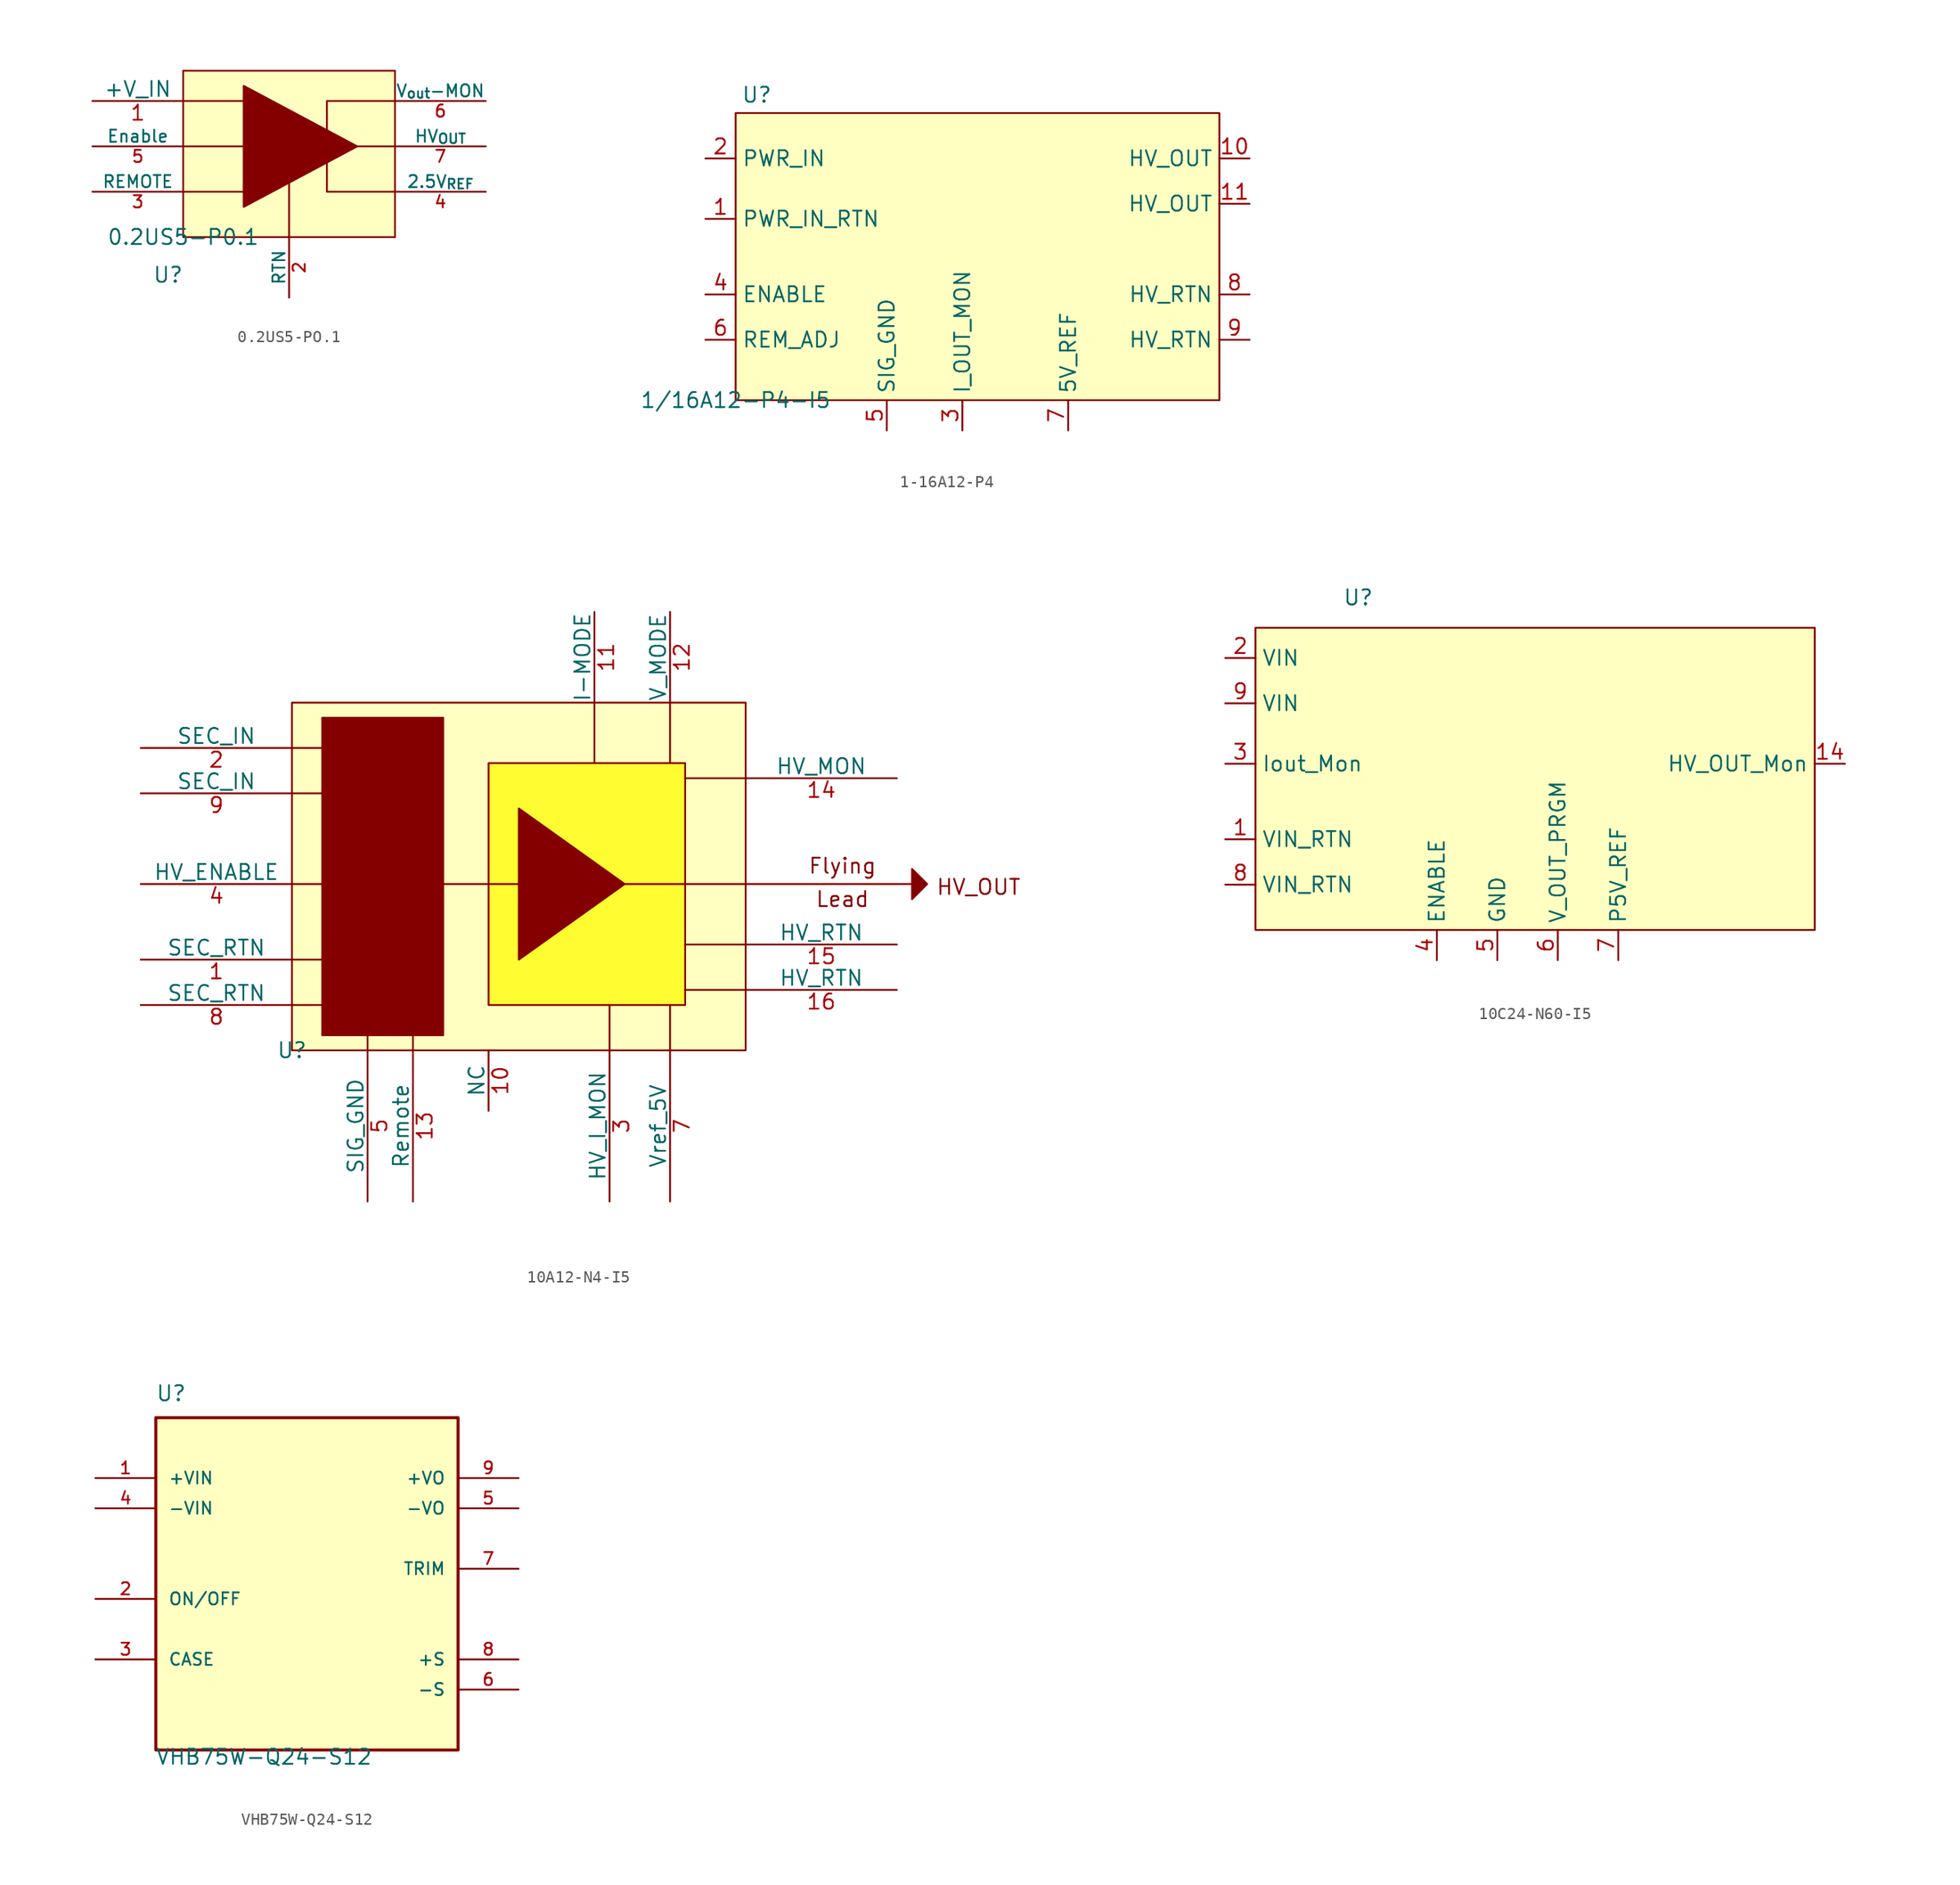
<source format=kicad_sym>
(kicad_symbol_lib
  (version 20231120)
  (generator "kicad_symbol_editor")
  (generator_version "8.0")
  (symbol "0.2US5-PO.1"
    (pin_names
      (offset 0))
    (property "Reference" "U"
      (at -1.27 -3.175 0)
      (effects (font (size 1.27 1.27))))
    (property "Value" "0.2US5-P0.1"
      (at 0 0 0)
      (effects (font (size 1.27 1.27))))
    (symbol "0.2US5-PO.1_1_1"
      (polyline (pts (xy 0 3.81) (xy 5.715 3.81)) (stroke (width 0) (type default)) (fill (type none)))
      (polyline (pts (xy 0 7.62) (xy 5.715 7.62)) (stroke (width 0) (type default)) (fill (type none)))
      (polyline (pts (xy 0 11.43) (xy 5.715 11.43)) (stroke (width 0) (type default)) (fill (type none)))
      (polyline (pts (xy 8.89 0) (xy 8.89 6.35)) (stroke (width 0) (type default)) (fill (type none)))
      (polyline (pts (xy 17.78 7.62) (xy 13.97 7.62)) (stroke (width 0) (type default)) (fill (type none)))
      (polyline (pts (xy 17.78 3.81) (xy 12.065 3.81) (xy 12.065 7.62)) (stroke (width 0) (type default)) (fill (type none)))
      (polyline (pts (xy 17.78 11.43) (xy 12.065 11.43) (xy 12.065 8.255)) (stroke (width 0) (type default)) (fill (type none)))
      (polyline (pts (xy 5.08 12.7) (xy 5.08 2.54) (xy 14.605 7.62) (xy 5.08 12.7)) (stroke (width 0) (type default)) (fill (type outline)))
      (rectangle (start 0 13.97) (end 17.78 0) (stroke (width 0) (type default)) (fill (type background)))
      (pin input line (at -7.62 11.43 0) (length 7.62) (name "+V_IN" (effects (font (size 1.27 1.27)))) (number "1" (effects (font (size 1.27 1.27)))))
      (pin power_in line (at 8.89 -5.08 90) (length 5.08) (name "RTN" (effects (font (size 1.016 1.016)))) (number "2" (effects (font (size 1.016 1.016)))))
      (pin input line (at -7.62 3.81 0) (length 7.62) (name "REMOTE" (effects (font (size 1.016 1.016)))) (number "3" (effects (font (size 1.016 1.016)))))
      (pin output line (at 25.4 3.81 180) (length 7.62) (name "2.5V_{REF}" (effects (font (size 1.016 1.016)))) (number "4" (effects (font (size 1.016 1.016)))))
      (pin input line (at -7.62 7.62 0) (length 7.62) (name "Enable" (effects (font (size 1.016 1.016)))) (number "5" (effects (font (size 1.016 1.016)))))
      (pin output line (at 25.4 11.43 180) (length 7.62) (name "V_{out}-MON" (effects (font (size 1.016 1.016)))) (number "6" (effects (font (size 1.016 1.016)))))
      (pin output line (at 25.4 7.62 180) (length 7.62) (name "HV_{OUT}" (effects (font (size 1.016 1.016)))) (number "7" (effects (font (size 1.016 1.016)))))))
  (symbol "1-16A12-P4"
    (property "Reference" "U"
      (at 1.778 25.654 0)
      (effects (font (size 1.27 1.27))))
    (property "Value" "1/16A12-P4-I5"
      (at 0 0 0)
      (effects (font (size 1.27 1.27))))
    (symbol "1-16A12-P4_1_1"
      (rectangle (start 0 24.13) (end 40.64 0) (stroke (width 0) (type default)) (fill (type background)))
      (pin output line (at -2.54 15.24 0) (length 2.54) (name "PWR_IN_RTN" (effects (font (size 1.27 1.27)))) (number "1" (effects (font (size 1.27 1.27)))))
      (pin power_out line (at 43.18 20.32 180) (length 2.54) (name "HV_OUT" (effects (font (size 1.27 1.27)))) (number "10" (effects (font (size 1.27 1.27)))))
      (pin power_out line (at 43.18 16.51 180) (length 2.54) (name "HV_OUT" (effects (font (size 1.27 1.27)))) (number "11" (effects (font (size 1.27 1.27)))))
      (pin input line (at -2.54 20.32 0) (length 2.54) (name "PWR_IN" (effects (font (size 1.27 1.27)))) (number "2" (effects (font (size 1.27 1.27)))))
      (pin output line (at 19.05 -2.54 90) (length 2.54) (name "I_OUT_MON" (effects (font (size 1.27 1.27)))) (number "3" (effects (font (size 1.27 1.27)))))
      (pin input line (at -2.54 8.89 0) (length 2.54) (name "ENABLE" (effects (font (size 1.27 1.27)))) (number "4" (effects (font (size 1.27 1.27)))))
      (pin power_in line (at 12.7 -2.54 90) (length 2.54) (name "SIG_GND" (effects (font (size 1.27 1.27)))) (number "5" (effects (font (size 1.27 1.27)))))
      (pin input line (at -2.54 5.08 0) (length 2.54) (name "REM_ADJ" (effects (font (size 1.27 1.27)))) (number "6" (effects (font (size 1.27 1.27)))))
      (pin power_out line (at 27.94 -2.54 90) (length 2.54) (name "5V_REF" (effects (font (size 1.27 1.27)))) (number "7" (effects (font (size 1.27 1.27)))))
      (pin power_in line (at 43.18 8.89 180) (length 2.54) (name "HV_RTN" (effects (font (size 1.27 1.27)))) (number "8" (effects (font (size 1.27 1.27)))))
      (pin power_in line (at 43.18 5.08 180) (length 2.54) (name "HV_RTN" (effects (font (size 1.27 1.27)))) (number "9" (effects (font (size 1.27 1.27)))))))
  (symbol "10A12-N4-I5"
    (pin_names
      (offset 0))
    (property "Reference" "U"
      (at 0 0 0)
      (effects (font (size 1.27 1.27))))
    (property "Value" ""
      (at 0 0 0)
      (effects (font (size 1.27 1.27))))
    (symbol "10A12-N4-I5_0_1"
      (polyline (pts (xy 12.7 13.97) (xy 19.05 13.97)) (stroke (width 0) (type default)) (fill (type none))))
    (symbol "10A12-N4-I5_1_1"
      (polyline (pts (xy 0 3.81) (xy 2.54 3.81)) (stroke (width 0) (type default)) (fill (type none)))
      (polyline (pts (xy 0 7.62) (xy 2.54 7.62)) (stroke (width 0) (type default)) (fill (type none)))
      (polyline (pts (xy 0 13.97) (xy 2.54 13.97)) (stroke (width 0) (type default)) (fill (type none)))
      (polyline (pts (xy 0 21.59) (xy 2.54 21.59)) (stroke (width 0) (type default)) (fill (type none)))
      (polyline (pts (xy 0 25.4) (xy 2.54 25.4)) (stroke (width 0) (type default)) (fill (type none)))
      (polyline (pts (xy 10.16 0) (xy 10.16 2.54)) (stroke (width 0) (type default)) (fill (type none)))
      (polyline (pts (xy 25.4 29.21) (xy 25.4 24.13)) (stroke (width 0) (type default)) (fill (type none)))
      (polyline (pts (xy 26.67 0) (xy 26.67 3.81)) (stroke (width 0) (type default)) (fill (type none)))
      (polyline (pts (xy 27.94 13.97) (xy 52.07 13.97)) (stroke (width 0) (type default)) (fill (type none)))
      (polyline (pts (xy 31.75 0) (xy 31.75 3.81)) (stroke (width 0) (type default)) (fill (type none)))
      (polyline (pts (xy 31.75 29.21) (xy 31.75 24.13)) (stroke (width 0) (type default)) (fill (type none)))
      (polyline (pts (xy 38.1 5.08) (xy 33.02 5.08)) (stroke (width 0) (type default)) (fill (type none)))
      (polyline (pts (xy 38.1 8.89) (xy 33.02 8.89)) (stroke (width 0) (type default)) (fill (type none)))
      (polyline (pts (xy 38.1 22.86) (xy 33.02 22.86)) (stroke (width 0) (type default)) (fill (type none)))
      (polyline (pts (xy 6.35 0) (xy 6.35 1.27) (xy 6.35 2.54)) (stroke (width 0) (type default)) (fill (type none)))
      (polyline (pts (xy 19.05 20.32) (xy 19.05 7.62) (xy 27.94 13.97) (xy 19.05 20.32)) (stroke (width 0) (type default)) (fill (type outline)))
      (polyline (pts (xy 52.07 15.24) (xy 52.07 12.7) (xy 53.34 13.97) (xy 52.07 15.24)) (stroke (width 0) (type default)) (fill (type outline)))
      (rectangle (start 0 29.21) (end 38.1 0) (stroke (width 0) (type default)) (fill (type background)))
      (rectangle (start 2.54 27.94) (end 12.7 1.27) (stroke (width 0) (type default)) (fill (type outline)))
      (rectangle (start 16.51 24.13) (end 33.02 3.81) (stroke (width 0) (type default)) (fill (type color) (color 255 252 49 1)))
      (text "Flying" (at 46.228 15.494 0) (effects (font (size 1.27 1.27))))
      (text "HV_OUT" (at 57.658 13.716 0) (effects (font (size 1.27 1.27))))
      (text "Lead" (at 46.228 12.7 0) (effects (font (size 1.27 1.27))))
      (pin power_out line (at -12.7 7.62 0) (length 12.7) (name "SEC_RTN" (effects (font (size 1.27 1.27)))) (number "1" (effects (font (size 1.27 1.27)))))
      (pin power_out line (at 16.51 -5.08 90) (length 5.08) (name "NC" (effects (font (size 1.27 1.27)))) (number "10" (effects (font (size 1.27 1.27)))))
      (pin input line (at 25.4 36.83 270) (length 7.62) (name "I-MODE" (effects (font (size 1.27 1.27)))) (number "11" (effects (font (size 1.27 1.27)))))
      (pin input line (at 31.75 36.83 270) (length 7.62) (name "V_MODE" (effects (font (size 1.27 1.27)))) (number "12" (effects (font (size 1.27 1.27)))))
      (pin input line (at 10.16 -12.7 90) (length 12.7) (name "Remote" (effects (font (size 1.27 1.27)))) (number "13" (effects (font (size 1.27 1.27)))))
      (pin output line (at 50.8 22.86 180) (length 12.7) (name "HV_MON" (effects (font (size 1.27 1.27)))) (number "14" (effects (font (size 1.27 1.27)))))
      (pin power_in line (at 50.8 8.89 180) (length 12.7) (name "HV_RTN" (effects (font (size 1.27 1.27)))) (number "15" (effects (font (size 1.27 1.27)))))
      (pin power_in line (at 50.8 5.08 180) (length 12.7) (name "HV_RTN" (effects (font (size 1.27 1.27)))) (number "16" (effects (font (size 1.27 1.27)))))
      (pin power_in line (at -12.7 25.4 0) (length 12.7) (name "SEC_IN" (effects (font (size 1.27 1.27)))) (number "2" (effects (font (size 1.27 1.27)))))
      (pin output line (at 26.67 -12.7 90) (length 12.7) (name "HV_I_MON" (effects (font (size 1.27 1.27)))) (number "3" (effects (font (size 1.27 1.27)))))
      (pin input line (at -12.7 13.97 0) (length 12.7) (name "HV_ENABLE" (effects (font (size 1.27 1.27)))) (number "4" (effects (font (size 1.27 1.27)))))
      (pin power_out line (at 6.35 -12.7 90) (length 12.7) (name "SIG_GND" (effects (font (size 1.27 1.27)))) (number "5" (effects (font (size 1.27 1.27)))))
      (pin power_out line (at 31.75 -12.7 90) (length 12.7) (name "Vref_5V" (effects (font (size 1.27 1.27)))) (number "7" (effects (font (size 1.27 1.27)))))
      (pin power_out line (at -12.7 3.81 0) (length 12.7) (name "SEC_RTN" (effects (font (size 1.27 1.27)))) (number "8" (effects (font (size 1.27 1.27)))))
      (pin power_in line (at -12.7 21.59 0) (length 12.7) (name "SEC_IN" (effects (font (size 1.27 1.27)))) (number "9" (effects (font (size 1.27 1.27)))))))
  (symbol "10C24-N60-I5"
    (property "Reference" "U"
      (at 8.636 27.94 0)
      (effects (font (size 1.27 1.27))))
    (property "Value" ""
      (at 0 0 0)
      (effects (font (size 1.27 1.27))))
    (symbol "10C24-N60-I5_1_1"
      (rectangle (start 0 25.4) (end 46.99 0) (stroke (width 0) (type default)) (fill (type background)))
      (pin output line (at -2.54 7.62 0) (length 2.54) (name "VIN_RTN" (effects (font (size 1.27 1.27)))) (number "1" (effects (font (size 1.27 1.27)))))
      (pin output line (at 49.53 13.97 180) (length 2.54) (name "HV_OUT_Mon" (effects (font (size 1.27 1.27)))) (number "14" (effects (font (size 1.27 1.27)))))
      (pin input line (at -2.54 22.86 0) (length 2.54) (name "VIN" (effects (font (size 1.27 1.27)))) (number "2" (effects (font (size 1.27 1.27)))))
      (pin output line (at -2.54 13.97 0) (length 2.54) (name "Iout_Mon" (effects (font (size 1.27 1.27)))) (number "3" (effects (font (size 1.27 1.27)))))
      (pin input line (at 15.24 -2.54 90) (length 2.54) (name "ENABLE" (effects (font (size 1.27 1.27)))) (number "4" (effects (font (size 1.27 1.27)))))
      (pin input line (at 20.32 -2.54 90) (length 2.54) (name "GND" (effects (font (size 1.27 1.27)))) (number "5" (effects (font (size 1.27 1.27)))))
      (pin input line (at 25.4 -2.54 90) (length 2.54) (name "V_OUT_PRGM" (effects (font (size 1.27 1.27)))) (number "6" (effects (font (size 1.27 1.27)))))
      (pin output line (at 30.48 -2.54 90) (length 2.54) (name "P5V_REF" (effects (font (size 1.27 1.27)))) (number "7" (effects (font (size 1.27 1.27)))))
      (pin output line (at -2.54 3.81 0) (length 2.54) (name "VIN_RTN" (effects (font (size 1.27 1.27)))) (number "8" (effects (font (size 1.27 1.27)))))
      (pin input line (at -2.54 19.05 0) (length 2.54) (name "VIN" (effects (font (size 1.27 1.27)))) (number "9" (effects (font (size 1.27 1.27)))))))
  (symbol "VHB75W-Q24-S12"
    (pin_names
      (offset 1.016))
    (property "Reference" "U"
      (at -12.725 13.995 0)
      (effects (font (size 1.27 1.27)) (justify left bottom)))
    (property "Value" "VHB75W-Q24-S12"
      (at -12.751 -16.561 0)
      (effects (font (size 1.27 1.27)) (justify left bottom)))
    (property "ki_locked" ""
      (at 0 0 0)
      (effects (font (size 1.27 1.27))))
    (symbol "VHB75W-Q24-S12_0_0"
      (rectangle (start -12.7 -15.24) (end 12.7 12.7) (stroke (width 0.254) (type solid)) (fill (type background)))
      (pin input line (at -17.78 7.62 0) (length 5.08) (name "+VIN" (effects (font (size 1.016 1.016)))) (number "1" (effects (font (size 1.016 1.016)))))
      (pin input line (at -17.78 -2.54 0) (length 5.08) (name "ON/OFF" (effects (font (size 1.016 1.016)))) (number "2" (effects (font (size 1.016 1.016)))))
      (pin passive line (at -17.78 -7.62 0) (length 5.08) (name "CASE" (effects (font (size 1.016 1.016)))) (number "3" (effects (font (size 1.016 1.016)))))
      (pin input line (at -17.78 5.08 0) (length 5.08) (name "-VIN" (effects (font (size 1.016 1.016)))) (number "4" (effects (font (size 1.016 1.016)))))
      (pin output line (at 17.78 5.08 180) (length 5.08) (name "-VO" (effects (font (size 1.016 1.016)))) (number "5" (effects (font (size 1.016 1.016)))))
      (pin output line (at 17.78 -10.16 180) (length 5.08) (name "-S" (effects (font (size 1.016 1.016)))) (number "6" (effects (font (size 1.016 1.016)))))
      (pin passive line (at 17.78 0 180) (length 5.08) (name "TRIM" (effects (font (size 1.016 1.016)))) (number "7" (effects (font (size 1.016 1.016)))))
      (pin output line (at 17.78 -7.62 180) (length 5.08) (name "+S" (effects (font (size 1.016 1.016)))) (number "8" (effects (font (size 1.016 1.016)))))
      (pin output line (at 17.78 7.62 180) (length 5.08) (name "+VO" (effects (font (size 1.016 1.016)))) (number "9" (effects (font (size 1.016 1.016))))))))
</source>
